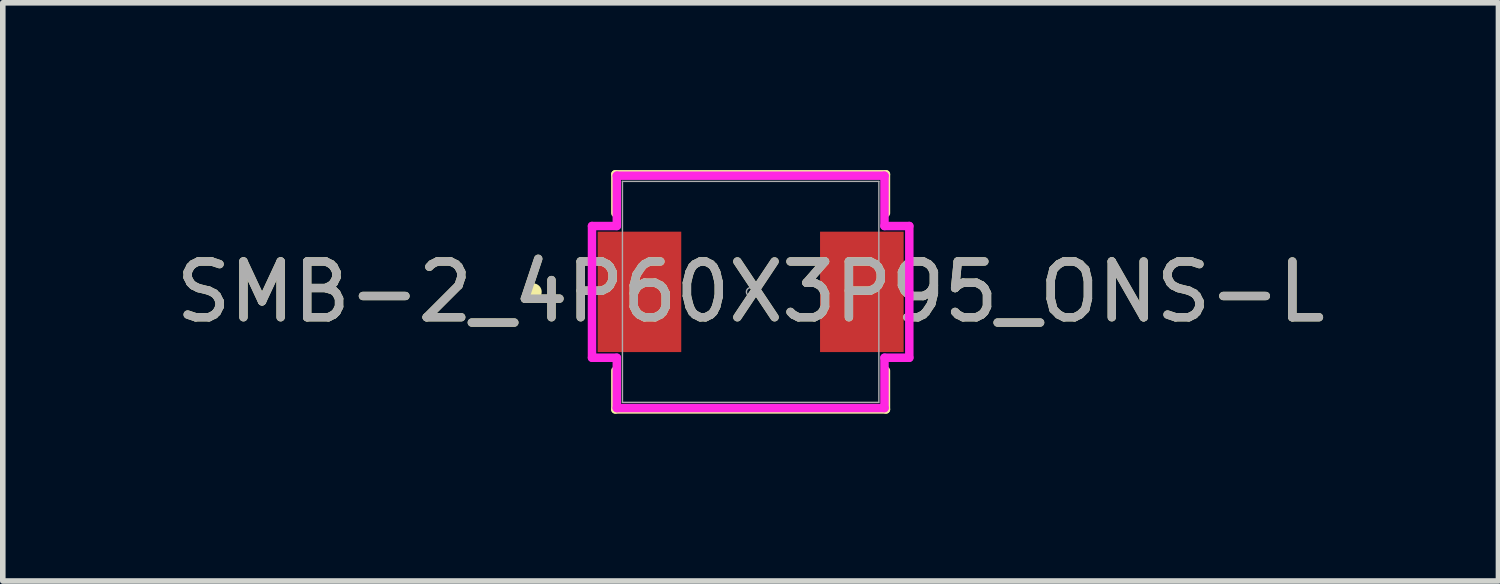
<source format=kicad_pcb>
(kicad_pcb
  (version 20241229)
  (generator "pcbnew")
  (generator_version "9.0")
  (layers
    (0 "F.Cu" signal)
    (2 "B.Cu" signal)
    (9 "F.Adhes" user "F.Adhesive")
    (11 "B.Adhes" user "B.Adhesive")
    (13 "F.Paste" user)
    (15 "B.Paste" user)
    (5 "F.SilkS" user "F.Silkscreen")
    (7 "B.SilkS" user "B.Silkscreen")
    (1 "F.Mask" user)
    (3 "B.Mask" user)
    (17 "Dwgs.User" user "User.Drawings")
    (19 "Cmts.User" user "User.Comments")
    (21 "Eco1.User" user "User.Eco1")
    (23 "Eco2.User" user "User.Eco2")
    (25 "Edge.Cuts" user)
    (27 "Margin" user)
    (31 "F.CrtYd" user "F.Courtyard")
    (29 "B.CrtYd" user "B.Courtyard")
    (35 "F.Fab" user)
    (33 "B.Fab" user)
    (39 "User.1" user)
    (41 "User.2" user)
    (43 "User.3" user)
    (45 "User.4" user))
  (footprint "SMB-2_4P60X3P95_ONS-L"
    (layer "F.Cu")
    (at 10.411 2.184)
    (property "Reference" "SMB-2_4P60X3P95_ONS-L" (at 0 0 0) (unlocked yes) (layer "F.SilkS") (effects (font (size 1 1) (thickness 0.15))))
    (attr smd)
    (fp_line (start -2.426 -2.108) (end -2.426 -1.412) (stroke (width 0.152) (type solid)) (layer "F.SilkS"))
    (fp_line (start -2.426 1.412) (end -2.426 2.108) (stroke (width 0.152) (type solid)) (layer "F.SilkS"))
    (fp_line (start -2.426 2.108) (end 2.426 2.108) (stroke (width 0.152) (type solid)) (layer "F.SilkS"))
    (fp_line (start 2.426 -2.108) (end -2.426 -2.108) (stroke (width 0.152) (type solid)) (layer "F.SilkS"))
    (fp_line (start 2.426 -1.412) (end 2.426 -2.108) (stroke (width 0.152) (type solid)) (layer "F.SilkS"))
    (fp_line (start 2.426 2.108) (end 2.426 1.412) (stroke (width 0.152) (type solid)) (layer "F.SilkS"))
    (fp_circle (center -3.899 0) (end -3.823 0) (stroke (width 0.152) (type solid)) (fill no) (layer "F.SilkS"))
    (fp_line (start -2.845 -1.181) (end -2.4 -1.181) (stroke (width 0.152) (type solid)) (layer "F.CrtYd"))
    (fp_line (start -2.845 1.181) (end -2.845 -1.181) (stroke (width 0.152) (type solid)) (layer "F.CrtYd"))
    (fp_line (start -2.845 1.181) (end -2.4 1.181) (stroke (width 0.152) (type solid)) (layer "F.CrtYd"))
    (fp_line (start -2.4 -2.083) (end 2.4 -2.083) (stroke (width 0.152) (type solid)) (layer "F.CrtYd"))
    (fp_line (start -2.4 -1.181) (end -2.4 -2.083) (stroke (width 0.152) (type solid)) (layer "F.CrtYd"))
    (fp_line (start -2.4 2.083) (end -2.4 1.181) (stroke (width 0.152) (type solid)) (layer "F.CrtYd"))
    (fp_line (start 2.4 -2.083) (end 2.4 -1.181) (stroke (width 0.152) (type solid)) (layer "F.CrtYd"))
    (fp_line (start 2.4 1.181) (end 2.4 2.083) (stroke (width 0.152) (type solid)) (layer "F.CrtYd"))
    (fp_line (start 2.4 2.083) (end -2.4 2.083) (stroke (width 0.152) (type solid)) (layer "F.CrtYd"))
    (fp_line (start 2.845 -1.181) (end 2.4 -1.181) (stroke (width 0.152) (type solid)) (layer "F.CrtYd"))
    (fp_line (start 2.845 -1.181) (end 2.845 1.181) (stroke (width 0.152) (type solid)) (layer "F.CrtYd"))
    (fp_line (start 2.845 1.181) (end 2.4 1.181) (stroke (width 0.152) (type solid)) (layer "F.CrtYd"))
    (fp_line (start -2.299 -1.981) (end -2.299 1.981) (stroke (width 0.025) (type solid)) (layer "F.Fab"))
    (fp_line (start -2.299 1.981) (end 2.299 1.981) (stroke (width 0.025) (type solid)) (layer "F.Fab"))
    (fp_line (start 2.299 -1.981) (end -2.299 -1.981) (stroke (width 0.025) (type solid)) (layer "F.Fab"))
    (fp_line (start 2.299 1.981) (end 2.299 -1.981) (stroke (width 0.025) (type solid)) (layer "F.Fab"))
    (fp_circle (center 0 0) (end 0.076 0) (stroke (width 0.025) (type solid)) (fill no) (layer "F.Fab"))
    (fp_text user "${REFERENCE}" (at 0 0 0) (unlocked yes) (layer "F.Fab") (effects (font (size 1 1) (thickness 0.15))))
    (pad "1" smd rect (at -1.994 0) (size 1.499 2.159) (layers "F.Cu" "F.Mask" "F.Paste"))
    (pad "2" smd rect (at 1.994 0) (size 1.499 2.159) (layers "F.Cu" "F.Mask" "F.Paste")))
  (gr_rect
    (start -3 -3)
    (end 23.821 7.369)
    (stroke (width 0.1) (type default))
    (fill no)
    (layer "Edge.Cuts")))
</source>
